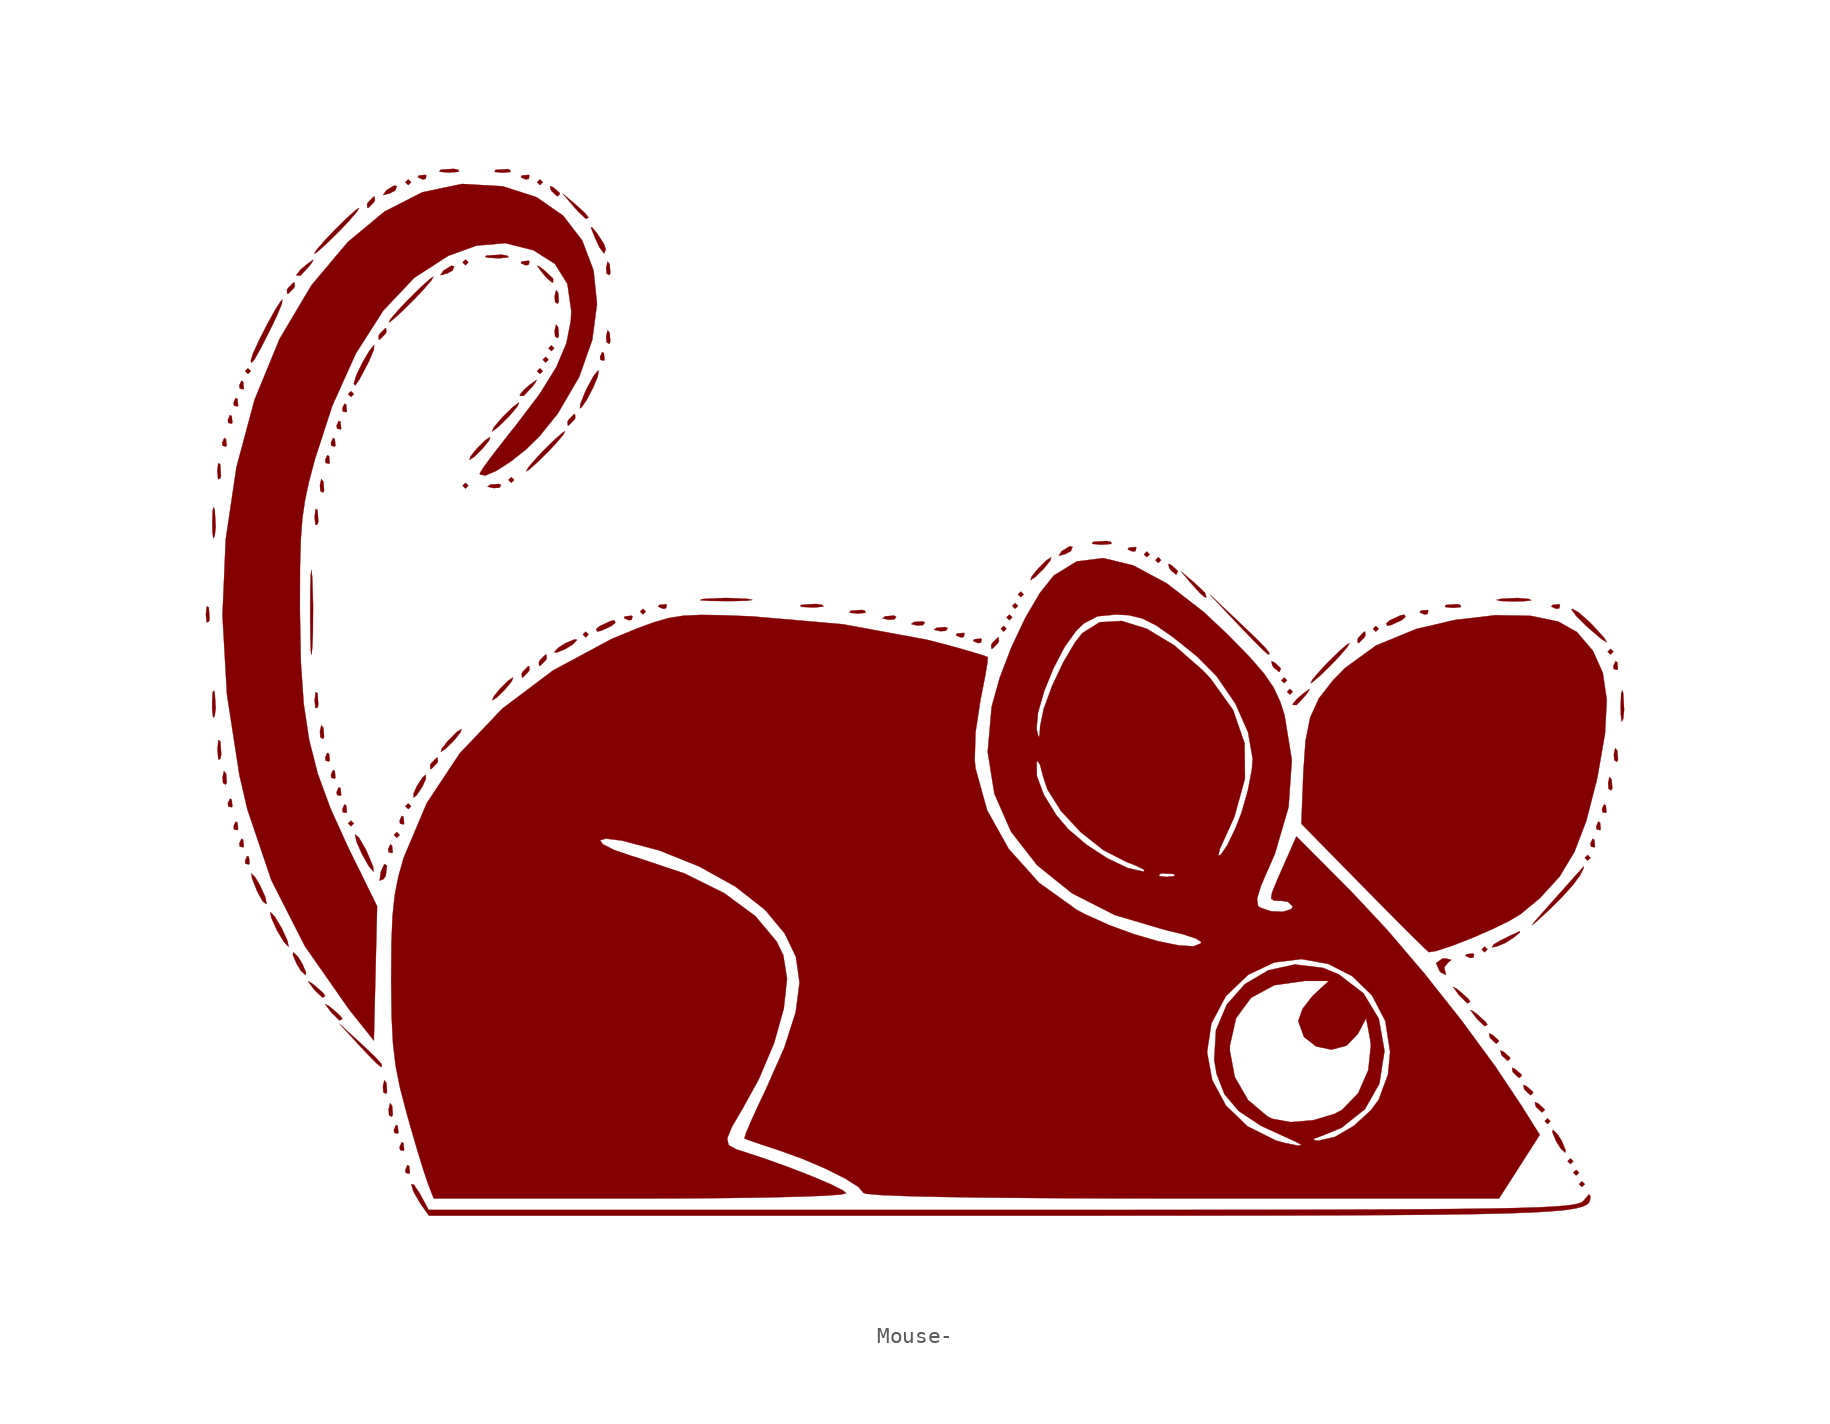
<source format=kicad_sym>
(kicad_symbol_lib
  (version 20220914)
  (generator kicad_symbol_editor)
  (symbol "Mouse-"
    (pin_names
      (offset 1.016))
    (property "Reference" "#G"
      (at 0 32.993 0)
      (effects (font (size 1.27 1.27)) hide))
    (symbol "Mouse-_0_0"
      (polyline (pts (xy -43.287 20.213) (xy -43.466 20.392) (xy -43.645 20.213) (xy -43.466 20.034) (xy -43.287 20.213)) (stroke (width 0.01) (type default)) (fill (type outline)))
      (polyline (pts (xy -36.848 -8.049) (xy -37.027 -7.87) (xy -37.206 -8.049) (xy -37.027 -8.228) (xy -36.848 -8.049)) (stroke (width 0.01) (type default)) (fill (type outline)))
      (polyline (pts (xy -36.848 18.782) (xy -37.027 18.96) (xy -37.206 18.782) (xy -37.027 18.603) (xy -36.848 18.782)) (stroke (width 0.01) (type default)) (fill (type outline)))
      (polyline (pts (xy -33.986 -8.765) (xy -34.165 -8.586) (xy -34.344 -8.765) (xy -34.165 -8.944) (xy -33.986 -8.765)) (stroke (width 0.01) (type default)) (fill (type outline)))
      (polyline (pts (xy -33.27 -6.976) (xy -33.449 -6.797) (xy -33.628 -6.976) (xy -33.449 -7.155) (xy -33.27 -6.976)) (stroke (width 0.01) (type default)) (fill (type outline)))
      (polyline (pts (xy -33.27 32.018) (xy -33.449 32.197) (xy -33.628 32.018) (xy -33.449 31.839) (xy -33.27 32.018)) (stroke (width 0.01) (type default)) (fill (type outline)))
      (polyline (pts (xy -29.693 13.058) (xy -29.872 13.237) (xy -30.051 13.058) (xy -29.872 12.879) (xy -29.693 13.058)) (stroke (width 0.01) (type default)) (fill (type outline)))
      (polyline (pts (xy -29.693 27.01) (xy -29.872 27.189) (xy -30.051 27.01) (xy -29.872 26.831) (xy -29.693 27.01)) (stroke (width 0.01) (type default)) (fill (type outline)))
      (polyline (pts (xy -26.831 13.415) (xy -27.01 13.594) (xy -27.189 13.415) (xy -27.01 13.237) (xy -26.831 13.415)) (stroke (width 0.01) (type default)) (fill (type outline)))
      (polyline (pts (xy -25.042 20.213) (xy -25.221 20.392) (xy -25.4 20.213) (xy -25.221 20.034) (xy -25.042 20.213)) (stroke (width 0.01) (type default)) (fill (type outline)))
      (polyline (pts (xy -25.042 32.018) (xy -25.221 32.197) (xy -25.4 32.018) (xy -25.221 31.839) (xy -25.042 32.018)) (stroke (width 0.01) (type default)) (fill (type outline)))
      (polyline (pts (xy -24.684 20.928) (xy -24.863 21.107) (xy -25.042 20.928) (xy -24.863 20.749) (xy -24.684 20.928)) (stroke (width 0.01) (type default)) (fill (type outline)))
      (polyline (pts (xy -24.327 21.644) (xy -24.506 21.823) (xy -24.684 21.644) (xy -24.506 21.465) (xy -24.327 21.644)) (stroke (width 0.01) (type default)) (fill (type outline)))
      (polyline (pts (xy -22.18 3.756) (xy -22.359 3.935) (xy -22.538 3.756) (xy -22.359 3.577) (xy -22.18 3.756)) (stroke (width 0.01) (type default)) (fill (type outline)))
      (polyline (pts (xy -18.603 5.187) (xy -18.782 5.366) (xy -18.96 5.187) (xy -18.782 5.008) (xy -18.603 5.187)) (stroke (width 0.01) (type default)) (fill (type outline)))
      (polyline (pts (xy 3.935 4.114) (xy 3.756 4.293) (xy 3.578 4.114) (xy 3.756 3.935) (xy 3.935 4.114)) (stroke (width 0.01) (type default)) (fill (type outline)))
      (polyline (pts (xy 4.293 4.83) (xy 4.114 5.008) (xy 3.935 4.83) (xy 4.114 4.651) (xy 4.293 4.83)) (stroke (width 0.01) (type default)) (fill (type outline)))
      (polyline (pts (xy 4.651 5.545) (xy 4.472 5.724) (xy 4.293 5.545) (xy 4.472 5.366) (xy 4.651 5.545)) (stroke (width 0.01) (type default)) (fill (type outline)))
      (polyline (pts (xy 5.008 6.261) (xy 4.83 6.439) (xy 4.651 6.261) (xy 4.83 6.082) (xy 5.008 6.261)) (stroke (width 0.01) (type default)) (fill (type outline)))
      (polyline (pts (xy 12.879 8.765) (xy 12.7 8.944) (xy 12.521 8.765) (xy 12.7 8.586) (xy 12.879 8.765)) (stroke (width 0.01) (type default)) (fill (type outline)))
      (polyline (pts (xy 13.594 8.407) (xy 13.415 8.586) (xy 13.237 8.407) (xy 13.415 8.228) (xy 13.594 8.407)) (stroke (width 0.01) (type default)) (fill (type outline)))
      (polyline (pts (xy 21.465 0.894) (xy 21.286 1.073) (xy 21.107 0.894) (xy 21.286 0.716) (xy 21.465 0.894)) (stroke (width 0.01) (type default)) (fill (type outline)))
      (polyline (pts (xy 21.823 0.179) (xy 21.644 0.358) (xy 21.465 0.179) (xy 21.644 0) (xy 21.823 0.179)) (stroke (width 0.01) (type default)) (fill (type outline)))
      (polyline (pts (xy 27.189 4.114) (xy 27.01 4.293) (xy 26.831 4.114) (xy 27.01 3.935) (xy 27.189 4.114)) (stroke (width 0.01) (type default)) (fill (type outline)))
      (polyline (pts (xy 33.986 -15.92) (xy 33.807 -15.741) (xy 33.628 -15.92) (xy 33.807 -16.099) (xy 33.986 -15.92)) (stroke (width 0.01) (type default)) (fill (type outline)))
      (polyline (pts (xy 37.921 -26.652) (xy 37.742 -26.473) (xy 37.563 -26.652) (xy 37.742 -26.831) (xy 37.921 -26.652)) (stroke (width 0.01) (type default)) (fill (type outline)))
      (polyline (pts (xy 39.352 -29.156) (xy 39.173 -28.977) (xy 38.994 -29.156) (xy 39.173 -29.335) (xy 39.352 -29.156)) (stroke (width 0.01) (type default)) (fill (type outline)))
      (polyline (pts (xy 39.71 -29.872) (xy 39.531 -29.693) (xy 39.352 -29.872) (xy 39.531 -30.051) (xy 39.71 -29.872)) (stroke (width 0.01) (type default)) (fill (type outline)))
      (polyline (pts (xy 40.068 -30.587) (xy 39.889 -30.409) (xy 39.71 -30.587) (xy 39.889 -30.766) (xy 40.068 -30.587)) (stroke (width 0.01) (type default)) (fill (type outline)))
      (polyline (pts (xy 40.425 -10.196) (xy 40.246 -10.017) (xy 40.068 -10.196) (xy 40.246 -10.375) (xy 40.425 -10.196)) (stroke (width 0.01) (type default)) (fill (type outline)))
      (polyline (pts (xy 41.856 2.683) (xy 41.678 2.862) (xy 41.499 2.683) (xy 41.678 2.504) (xy 41.856 2.683)) (stroke (width 0.01) (type default)) (fill (type outline)))
      (polyline (pts (xy -45.912 4.561) (xy -45.865 4.723) (xy -45.912 5.456) (xy -46.037 5.516) (xy -46.093 5.008) (xy -46.043 4.516) (xy -45.912 4.561)) (stroke (width 0.01) (type default)) (fill (type outline)))
      (polyline (pts (xy -45.197 13.505) (xy -45.15 13.667) (xy -45.197 14.399) (xy -45.321 14.46) (xy -45.377 13.952) (xy -45.327 13.46) (xy -45.197 13.505)) (stroke (width 0.01) (type default)) (fill (type outline)))
      (polyline (pts (xy -44.795 15.555) (xy -44.837 15.979) (xy -44.945 16.035) (xy -45.076 15.741) (xy -45.05 15.551) (xy -44.837 15.502) (xy -44.795 15.555)) (stroke (width 0.01) (type default)) (fill (type outline)))
      (polyline (pts (xy -44.789 -5.5) (xy -44.832 -4.941) (xy -44.96 -4.776) (xy -45.048 -5.157) (xy -45.023 -5.52) (xy -44.86 -5.627) (xy -44.789 -5.5)) (stroke (width 0.01) (type default)) (fill (type outline)))
      (polyline (pts (xy -44.437 -6.983) (xy -44.48 -6.559) (xy -44.587 -6.503) (xy -44.718 -6.797) (xy -44.693 -6.987) (xy -44.48 -7.036) (xy -44.437 -6.983)) (stroke (width 0.01) (type default)) (fill (type outline)))
      (polyline (pts (xy -44.437 16.986) (xy -44.48 17.41) (xy -44.587 17.466) (xy -44.718 17.172) (xy -44.693 16.982) (xy -44.48 16.933) (xy -44.437 16.986)) (stroke (width 0.01) (type default)) (fill (type outline)))
      (polyline (pts (xy -44.079 -8.414) (xy -44.122 -7.99) (xy -44.23 -7.934) (xy -44.361 -8.228) (xy -44.335 -8.418) (xy -44.122 -8.467) (xy -44.079 -8.414)) (stroke (width 0.01) (type default)) (fill (type outline)))
      (polyline (pts (xy -44.079 18.059) (xy -44.122 18.483) (xy -44.23 18.54) (xy -44.361 18.245) (xy -44.335 18.056) (xy -44.122 18.007) (xy -44.079 18.059)) (stroke (width 0.01) (type default)) (fill (type outline)))
      (polyline (pts (xy -43.721 -9.488) (xy -43.764 -9.063) (xy -43.872 -9.007) (xy -44.003 -9.301) (xy -43.977 -9.491) (xy -43.764 -9.54) (xy -43.721 -9.488)) (stroke (width 0.01) (type default)) (fill (type outline)))
      (polyline (pts (xy -43.721 19.132) (xy -43.764 19.557) (xy -43.872 19.613) (xy -44.003 19.318) (xy -43.977 19.129) (xy -43.764 19.08) (xy -43.721 19.132)) (stroke (width 0.01) (type default)) (fill (type outline)))
      (polyline (pts (xy -43.364 -10.561) (xy -43.407 -10.136) (xy -43.514 -10.08) (xy -43.645 -10.375) (xy -43.619 -10.564) (xy -43.407 -10.613) (xy -43.364 -10.561)) (stroke (width 0.01) (type default)) (fill (type outline)))
      (polyline (pts (xy -39.115 -0.805) (xy -39.068 -0.643) (xy -39.115 0.089) (xy -39.239 0.15) (xy -39.296 -0.358) (xy -39.246 -0.85) (xy -39.115 -0.805)) (stroke (width 0.01) (type default)) (fill (type outline)))
      (polyline (pts (xy -39.115 10.643) (xy -39.068 10.805) (xy -39.115 11.537) (xy -39.239 11.598) (xy -39.296 11.09) (xy -39.246 10.598) (xy -39.115 10.643)) (stroke (width 0.01) (type default)) (fill (type outline)))
      (polyline (pts (xy -38.707 -2.639) (xy -38.75 -2.079) (xy -38.879 -1.914) (xy -38.966 -2.296) (xy -38.941 -2.658) (xy -38.778 -2.765) (xy -38.707 -2.639)) (stroke (width 0.01) (type default)) (fill (type outline)))
      (polyline (pts (xy -38.707 12.745) (xy -38.75 13.304) (xy -38.879 13.469) (xy -38.966 13.088) (xy -38.941 12.725) (xy -38.778 12.618) (xy -38.707 12.745)) (stroke (width 0.01) (type default)) (fill (type outline)))
      (polyline (pts (xy -38.355 -4.121) (xy -38.398 -3.697) (xy -38.506 -3.641) (xy -38.637 -3.935) (xy -38.611 -4.125) (xy -38.398 -4.174) (xy -38.355 -4.121)) (stroke (width 0.01) (type default)) (fill (type outline)))
      (polyline (pts (xy -38.355 14.482) (xy -38.398 14.906) (xy -38.506 14.962) (xy -38.637 14.668) (xy -38.611 14.478) (xy -38.398 14.429) (xy -38.355 14.482)) (stroke (width 0.01) (type default)) (fill (type outline)))
      (polyline (pts (xy -37.998 -5.194) (xy -38.04 -4.77) (xy -38.148 -4.714) (xy -38.279 -5.008) (xy -38.253 -5.198) (xy -38.04 -5.247) (xy -37.998 -5.194)) (stroke (width 0.01) (type default)) (fill (type outline)))
      (polyline (pts (xy -37.998 15.555) (xy -38.04 15.979) (xy -38.148 16.035) (xy -38.279 15.741) (xy -38.253 15.551) (xy -38.04 15.502) (xy -37.998 15.555)) (stroke (width 0.01) (type default)) (fill (type outline)))
      (polyline (pts (xy -37.64 -6.268) (xy -37.683 -5.843) (xy -37.79 -5.787) (xy -37.921 -6.082) (xy -37.895 -6.271) (xy -37.683 -6.32) (xy -37.64 -6.268)) (stroke (width 0.01) (type default)) (fill (type outline)))
      (polyline (pts (xy -37.64 16.628) (xy -37.683 17.053) (xy -37.79 17.108) (xy -37.921 16.814) (xy -37.895 16.625) (xy -37.683 16.576) (xy -37.64 16.628)) (stroke (width 0.01) (type default)) (fill (type outline)))
      (polyline (pts (xy -37.282 -7.341) (xy -37.325 -6.917) (xy -37.432 -6.861) (xy -37.563 -7.155) (xy -37.538 -7.344) (xy -37.325 -7.393) (xy -37.282 -7.341)) (stroke (width 0.01) (type default)) (fill (type outline)))
      (polyline (pts (xy -37.282 17.701) (xy -37.325 18.126) (xy -37.432 18.182) (xy -37.563 17.887) (xy -37.538 17.698) (xy -37.325 17.649) (xy -37.282 17.701)) (stroke (width 0.01) (type default)) (fill (type outline)))
      (polyline (pts (xy -34.772 -24.819) (xy -34.815 -24.26) (xy -34.944 -24.094) (xy -35.031 -24.476) (xy -35.006 -24.839) (xy -34.843 -24.945) (xy -34.772 -24.819)) (stroke (width 0.01) (type default)) (fill (type outline)))
      (polyline (pts (xy -34.42 -9.845) (xy -34.463 -9.421) (xy -34.571 -9.365) (xy -34.701 -9.659) (xy -34.676 -9.849) (xy -34.463 -9.898) (xy -34.42 -9.845)) (stroke (width 0.01) (type default)) (fill (type outline)))
      (polyline (pts (xy -34.414 -26.25) (xy -34.457 -25.691) (xy -34.586 -25.525) (xy -34.673 -25.907) (xy -34.648 -26.27) (xy -34.485 -26.376) (xy -34.414 -26.25)) (stroke (width 0.01) (type default)) (fill (type outline)))
      (polyline (pts (xy -34.062 -27.375) (xy -34.105 -26.95) (xy -34.213 -26.894) (xy -34.344 -27.189) (xy -34.318 -27.378) (xy -34.105 -27.427) (xy -34.062 -27.375)) (stroke (width 0.01) (type default)) (fill (type outline)))
      (polyline (pts (xy -33.705 -28.448) (xy -33.747 -28.023) (xy -33.855 -27.968) (xy -33.986 -28.262) (xy -33.96 -28.451) (xy -33.747 -28.5) (xy -33.705 -28.448)) (stroke (width 0.01) (type default)) (fill (type outline)))
      (polyline (pts (xy -33.705 -8.056) (xy -33.747 -7.632) (xy -33.855 -7.576) (xy -33.986 -7.87) (xy -33.96 -8.06) (xy -33.747 -8.109) (xy -33.705 -8.056)) (stroke (width 0.01) (type default)) (fill (type outline)))
      (polyline (pts (xy -33.347 -29.879) (xy -33.39 -29.454) (xy -33.497 -29.398) (xy -33.628 -29.693) (xy -33.602 -29.882) (xy -33.39 -29.931) (xy -33.347 -29.879)) (stroke (width 0.01) (type default)) (fill (type outline)))
      (polyline (pts (xy -32.365 32.223) (xy -32.316 32.436) (xy -32.369 32.478) (xy -32.793 32.436) (xy -32.849 32.328) (xy -32.555 32.197) (xy -32.365 32.223)) (stroke (width 0.01) (type default)) (fill (type outline)))
      (polyline (pts (xy -27.75 12.932) (xy -27.643 13.095) (xy -27.77 13.166) (xy -28.329 13.123) (xy -28.495 12.995) (xy -28.113 12.907) (xy -27.75 12.932)) (stroke (width 0.01) (type default)) (fill (type outline)))
      (polyline (pts (xy -27.054 32.661) (xy -27.099 32.792) (xy -27.261 32.839) (xy -27.994 32.792) (xy -28.054 32.668) (xy -27.546 32.611) (xy -27.054 32.661)) (stroke (width 0.01) (type default)) (fill (type outline)))
      (polyline (pts (xy -25.926 26.857) (xy -25.877 27.07) (xy -25.929 27.112) (xy -26.354 27.07) (xy -26.41 26.962) (xy -26.116 26.831) (xy -25.926 26.857)) (stroke (width 0.01) (type default)) (fill (type outline)))
      (polyline (pts (xy -25.926 32.223) (xy -25.877 32.436) (xy -25.929 32.478) (xy -26.354 32.436) (xy -26.41 32.328) (xy -26.116 32.197) (xy -25.926 32.223)) (stroke (width 0.01) (type default)) (fill (type outline)))
      (polyline (pts (xy -24.04 22.404) (xy -24.082 22.963) (xy -24.211 23.128) (xy -24.299 22.747) (xy -24.273 22.384) (xy -24.111 22.277) (xy -24.04 22.404)) (stroke (width 0.01) (type default)) (fill (type outline)))
      (polyline (pts (xy -24.04 24.55) (xy -24.082 25.109) (xy -24.211 25.275) (xy -24.299 24.893) (xy -24.273 24.53) (xy -24.111 24.424) (xy -24.04 24.55)) (stroke (width 0.01) (type default)) (fill (type outline)))
      (polyline (pts (xy -21.183 20.921) (xy -21.226 21.346) (xy -21.334 21.401) (xy -21.465 21.107) (xy -21.439 20.918) (xy -21.226 20.869) (xy -21.183 20.921)) (stroke (width 0.01) (type default)) (fill (type outline)))
      (polyline (pts (xy -20.82 22.046) (xy -20.863 22.605) (xy -20.991 22.771) (xy -21.079 22.389) (xy -21.053 22.026) (xy -20.891 21.919) (xy -20.82 22.046)) (stroke (width 0.01) (type default)) (fill (type outline)))
      (polyline (pts (xy -20.82 26.339) (xy -20.863 26.898) (xy -20.991 27.064) (xy -21.079 26.682) (xy -21.053 26.319) (xy -20.891 26.212) (xy -20.82 26.339)) (stroke (width 0.01) (type default)) (fill (type outline)))
      (polyline (pts (xy -19.487 4.676) (xy -19.438 4.889) (xy -19.49 4.932) (xy -19.915 4.889) (xy -19.971 4.782) (xy -19.676 4.651) (xy -19.487 4.676)) (stroke (width 0.01) (type default)) (fill (type outline)))
      (polyline (pts (xy -17.34 5.392) (xy -17.291 5.605) (xy -17.343 5.647) (xy -17.768 5.605) (xy -17.824 5.497) (xy -17.529 5.366) (xy -17.34 5.392)) (stroke (width 0.01) (type default)) (fill (type outline)))
      (polyline (pts (xy -4.874 5.115) (xy -4.919 5.245) (xy -5.081 5.293) (xy -5.813 5.245) (xy -5.874 5.121) (xy -5.366 5.065) (xy -4.874 5.115)) (stroke (width 0.01) (type default)) (fill (type outline)))
      (polyline (pts (xy -3.066 4.704) (xy -2.959 4.867) (xy -3.085 4.938) (xy -3.644 4.895) (xy -3.81 4.766) (xy -3.428 4.679) (xy -3.066 4.704)) (stroke (width 0.01) (type default)) (fill (type outline)))
      (polyline (pts (xy -1.277 4.346) (xy -1.17 4.509) (xy -1.297 4.58) (xy -1.856 4.537) (xy -2.021 4.409) (xy -1.64 4.321) (xy -1.277 4.346)) (stroke (width 0.01) (type default)) (fill (type outline)))
      (polyline (pts (xy 0.154 3.989) (xy 0.261 4.151) (xy 0.134 4.222) (xy -0.425 4.18) (xy -0.59 4.051) (xy -0.209 3.963) (xy 0.154 3.989)) (stroke (width 0.01) (type default)) (fill (type outline)))
      (polyline (pts (xy 1.263 3.603) (xy 1.312 3.816) (xy 1.259 3.859) (xy 0.835 3.816) (xy 0.779 3.708) (xy 1.073 3.577) (xy 1.263 3.603)) (stroke (width 0.01) (type default)) (fill (type outline)))
      (polyline (pts (xy 2.336 3.245) (xy 2.385 3.458) (xy 2.333 3.501) (xy 1.908 3.458) (xy 1.852 3.351) (xy 2.147 3.22) (xy 2.336 3.245)) (stroke (width 0.01) (type default)) (fill (type outline)))
      (polyline (pts (xy 11.995 8.97) (xy 12.044 9.182) (xy 11.992 9.225) (xy 11.567 9.182) (xy 11.511 9.075) (xy 11.806 8.944) (xy 11.995 8.97)) (stroke (width 0.01) (type default)) (fill (type outline)))
      (polyline (pts (xy 30.24 5.034) (xy 30.289 5.247) (xy 30.237 5.29) (xy 29.812 5.247) (xy 29.756 5.139) (xy 30.051 5.008) (xy 30.24 5.034)) (stroke (width 0.01) (type default)) (fill (type outline)))
      (polyline (pts (xy 32.332 5.473) (xy 32.287 5.603) (xy 32.125 5.65) (xy 31.392 5.603) (xy 31.332 5.479) (xy 31.84 5.423) (xy 32.332 5.473)) (stroke (width 0.01) (type default)) (fill (type outline)))
      (polyline (pts (xy 33.102 -16.43) (xy 33.151 -16.218) (xy 33.099 -16.175) (xy 32.674 -16.218) (xy 32.618 -16.326) (xy 32.913 -16.456) (xy 33.102 -16.43)) (stroke (width 0.01) (type default)) (fill (type outline)))
      (polyline (pts (xy 38.468 5.392) (xy 38.517 5.605) (xy 38.465 5.647) (xy 38.04 5.605) (xy 37.984 5.497) (xy 38.279 5.366) (xy 38.468 5.392)) (stroke (width 0.01) (type default)) (fill (type outline)))
      (polyline (pts (xy 40.707 -9.488) (xy 40.664 -9.063) (xy 40.556 -9.007) (xy 40.425 -9.301) (xy 40.451 -9.491) (xy 40.664 -9.54) (xy 40.707 -9.488)) (stroke (width 0.01) (type default)) (fill (type outline)))
      (polyline (pts (xy 41.064 -8.414) (xy 41.022 -7.99) (xy 40.914 -7.934) (xy 40.783 -8.228) (xy 40.809 -8.418) (xy 41.022 -8.467) (xy 41.064 -8.414)) (stroke (width 0.01) (type default)) (fill (type outline)))
      (polyline (pts (xy 41.422 -7.341) (xy 41.379 -6.917) (xy 41.272 -6.861) (xy 41.141 -7.155) (xy 41.167 -7.344) (xy 41.379 -7.393) (xy 41.422 -7.341)) (stroke (width 0.01) (type default)) (fill (type outline)))
      (polyline (pts (xy 41.786 -5.858) (xy 41.743 -5.299) (xy 41.614 -5.133) (xy 41.527 -5.515) (xy 41.552 -5.878) (xy 41.715 -5.985) (xy 41.786 -5.858)) (stroke (width 0.01) (type default)) (fill (type outline)))
      (polyline (pts (xy 42.138 1.603) (xy 42.095 2.027) (xy 41.987 2.083) (xy 41.856 1.789) (xy 41.882 1.599) (xy 42.095 1.55) (xy 42.138 1.603)) (stroke (width 0.01) (type default)) (fill (type outline)))
      (polyline (pts (xy 42.143 -4.069) (xy 42.101 -3.51) (xy 41.972 -3.345) (xy 41.885 -3.727) (xy 41.91 -4.089) (xy 42.072 -4.196) (xy 42.143 -4.069)) (stroke (width 0.01) (type default)) (fill (type outline)))
      (polyline (pts (xy -34.999 -11.531) (xy -34.856 -11.332) (xy -34.777 -10.684) (xy -34.943 -10.582) (xy -35.155 -11.062) (xy -35.165 -11.099) (xy -35.233 -11.624) (xy -34.999 -11.531)) (stroke (width 0.01) (type default)) (fill (type outline)))
      (polyline (pts (xy -34.596 31.326) (xy -34.263 31.504) (xy -34.155 31.77) (xy -34.328 31.809) (xy -34.797 31.526) (xy -34.843 31.479) (xy -35.014 31.217) (xy -34.596 31.326)) (stroke (width 0.01) (type default)) (fill (type outline)))
      (polyline (pts (xy -31.019 26.317) (xy -30.685 26.496) (xy -30.578 26.762) (xy -30.75 26.8) (xy -31.219 26.518) (xy -31.265 26.471) (xy -31.437 26.208) (xy -31.019 26.317)) (stroke (width 0.01) (type default)) (fill (type outline)))
      (polyline (pts (xy -23.969 31.282) (xy -24.001 31.362) (xy -24.382 31.695) (xy -24.582 31.782) (xy -24.54 31.537) (xy -24.492 31.464) (xy -24.139 31.135) (xy -23.969 31.282)) (stroke (width 0.01) (type default)) (fill (type outline)))
      (polyline (pts (xy -22.18 29.816) (xy -22.412 30.099) (xy -22.985 30.621) (xy -23.79 31.303) (xy -23.109 30.498) (xy -22.856 30.207) (xy -22.344 29.726) (xy -22.18 29.816)) (stroke (width 0.01) (type default)) (fill (type outline)))
      (polyline (pts (xy 7.618 8.788) (xy 7.951 8.966) (xy 8.059 9.232) (xy 7.886 9.271) (xy 7.417 8.988) (xy 7.371 8.941) (xy 7.2 8.679) (xy 7.618 8.788)) (stroke (width 0.01) (type default)) (fill (type outline)))
      (polyline (pts (xy 14.56 7.516) (xy 14.639 7.723) (xy 14.255 8.083) (xy 14.055 8.171) (xy 14.097 7.926) (xy 14.207 7.767) (xy 14.51 7.513) (xy 14.56 7.516)) (stroke (width 0.01) (type default)) (fill (type outline)))
      (polyline (pts (xy 16.425 6.099) (xy 16.327 6.376) (xy 15.651 7.01) (xy 14.847 7.691) (xy 15.528 6.887) (xy 16.041 6.323) (xy 16.333 6.082) (xy 16.425 6.099)) (stroke (width 0.01) (type default)) (fill (type outline)))
      (polyline (pts (xy 20.999 1.434) (xy 21.078 1.641) (xy 20.694 2.002) (xy 20.494 2.089) (xy 20.536 1.844) (xy 20.647 1.685) (xy 20.949 1.431) (xy 20.999 1.434)) (stroke (width 0.01) (type default)) (fill (type outline)))
      (polyline (pts (xy 34.701 -21.665) (xy 34.669 -21.584) (xy 34.288 -21.252) (xy 34.089 -21.165) (xy 34.131 -21.41) (xy 34.178 -21.482) (xy 34.532 -21.812) (xy 34.701 -21.665)) (stroke (width 0.01) (type default)) (fill (type outline)))
      (polyline (pts (xy 35.417 -22.738) (xy 35.385 -22.658) (xy 35.004 -22.325) (xy 34.804 -22.238) (xy 34.846 -22.483) (xy 34.894 -22.556) (xy 35.247 -22.885) (xy 35.417 -22.738)) (stroke (width 0.01) (type default)) (fill (type outline)))
      (polyline (pts (xy 36.132 -23.811) (xy 36.1 -23.731) (xy 35.719 -23.398) (xy 35.52 -23.311) (xy 35.562 -23.556) (xy 35.609 -23.629) (xy 35.963 -23.958) (xy 36.132 -23.811)) (stroke (width 0.01) (type default)) (fill (type outline)))
      (polyline (pts (xy 36.848 -24.884) (xy 36.816 -24.804) (xy 36.435 -24.471) (xy 36.235 -24.384) (xy 36.277 -24.629) (xy 36.325 -24.702) (xy 36.678 -25.032) (xy 36.848 -24.884)) (stroke (width 0.01) (type default)) (fill (type outline)))
      (polyline (pts (xy 37.563 -25.958) (xy 37.531 -25.877) (xy 37.15 -25.545) (xy 36.95 -25.458) (xy 36.993 -25.703) (xy 37.04 -25.775) (xy 37.394 -26.105) (xy 37.563 -25.958)) (stroke (width 0.01) (type default)) (fill (type outline)))
      (polyline (pts (xy -45.546 -1.346) (xy -45.481 -0.847) (xy -45.538 0.085) (xy -45.585 0.261) (xy -45.666 0.156) (xy -45.701 -0.537) (xy -45.697 -0.916) (xy -45.642 -1.429) (xy -45.546 -1.346)) (stroke (width 0.01) (type default)) (fill (type outline)))
      (polyline (pts (xy -45.539 9.927) (xy -45.48 10.495) (xy -45.539 11.537) (xy -45.595 11.719) (xy -45.666 11.506) (xy -45.694 10.732) (xy -45.684 10.207) (xy -45.627 9.758) (xy -45.539 9.927)) (stroke (width 0.01) (type default)) (fill (type outline)))
      (polyline (pts (xy -45.199 -4.032) (xy -45.133 -3.737) (xy -45.186 -2.958) (xy -45.204 -2.897) (xy -45.312 -2.844) (xy -45.364 -3.399) (xy -45.364 -3.483) (xy -45.317 -4.043) (xy -45.199 -4.032)) (stroke (width 0.01) (type default)) (fill (type outline)))
      (polyline (pts (xy -40.941 25.058) (xy -40.604 25.4) (xy -40.538 25.527) (xy -40.562 25.758) (xy -40.625 25.742) (xy -40.962 25.4) (xy -41.029 25.273) (xy -41.004 25.042) (xy -40.941 25.058)) (stroke (width 0.01) (type default)) (fill (type outline)))
      (polyline (pts (xy -39.837 -17.367) (xy -40.068 -16.814) (xy -40.342 -16.373) (xy -40.629 -16.099) (xy -40.656 -16.261) (xy -40.425 -16.814) (xy -40.151 -17.255) (xy -39.864 -17.53) (xy -39.837 -17.367)) (stroke (width 0.01) (type default)) (fill (type outline)))
      (polyline (pts (xy -39.664 26.741) (xy -39.464 27.001) (xy -39.376 27.186) (xy -39.799 26.877) (xy -40.181 26.549) (xy -40.425 26.25) (xy -40.419 26.188) (xy -40.186 26.185) (xy -39.664 26.741)) (stroke (width 0.01) (type default)) (fill (type outline)))
      (polyline (pts (xy -38.637 -18.826) (xy -38.767 -18.641) (xy -39.263 -18.2) (xy -39.522 -18) (xy -39.707 -17.911) (xy -39.398 -18.334) (xy -39.286 -18.473) (xy -38.811 -18.933) (xy -38.637 -18.826)) (stroke (width 0.01) (type default)) (fill (type outline)))
      (polyline (pts (xy -37.563 -20.256) (xy -37.694 -20.072) (xy -38.189 -19.63) (xy -38.449 -19.431) (xy -38.634 -19.342) (xy -38.325 -19.765) (xy -38.213 -19.904) (xy -37.737 -20.364) (xy -37.563 -20.256)) (stroke (width 0.01) (type default)) (fill (type outline)))
      (polyline (pts (xy -35.933 30.424) (xy -35.596 30.766) (xy -35.529 30.893) (xy -35.553 31.124) (xy -35.616 31.108) (xy -35.953 30.766) (xy -36.02 30.64) (xy -35.996 30.408) (xy -35.933 30.424)) (stroke (width 0.01) (type default)) (fill (type outline)))
      (polyline (pts (xy -35.217 22.196) (xy -34.88 22.538) (xy -34.814 22.665) (xy -34.838 22.896) (xy -34.901 22.88) (xy -35.238 22.538) (xy -35.305 22.411) (xy -35.28 22.18) (xy -35.217 22.196)) (stroke (width 0.01) (type default)) (fill (type outline)))
      (polyline (pts (xy -32.924 -6.286) (xy -32.555 -5.724) (xy -32.353 -5.271) (xy -32.351 -5.008) (xy -32.543 -5.162) (xy -32.913 -5.724) (xy -33.114 -6.176) (xy -33.117 -6.439) (xy -32.924 -6.286)) (stroke (width 0.01) (type default)) (fill (type outline)))
      (polyline (pts (xy -31.998 -4.635) (xy -31.66 -4.293) (xy -31.594 -4.166) (xy -31.618 -3.935) (xy -31.681 -3.951) (xy -32.018 -4.293) (xy -32.085 -4.42) (xy -32.06 -4.651) (xy -31.998 -4.635)) (stroke (width 0.01) (type default)) (fill (type outline)))
      (polyline (pts (xy -31.125 -3.391) (xy -30.587 -2.862) (xy -30.191 -2.37) (xy -30.119 -2.147) (xy -30.407 -2.333) (xy -30.945 -2.862) (xy -31.341 -3.354) (xy -31.414 -3.578) (xy -31.125 -3.391)) (stroke (width 0.01) (type default)) (fill (type outline)))
      (polyline (pts (xy -30.3 32.672) (xy -30.312 32.79) (xy -30.606 32.855) (xy -31.385 32.803) (xy -31.447 32.785) (xy -31.5 32.676) (xy -30.945 32.625) (xy -30.86 32.624) (xy -30.3 32.672)) (stroke (width 0.01) (type default)) (fill (type outline)))
      (polyline (pts (xy -29.336 14.854) (xy -28.799 15.383) (xy -28.403 15.875) (xy -28.33 16.099) (xy -28.619 15.912) (xy -29.156 15.383) (xy -29.552 14.891) (xy -29.625 14.668) (xy -29.336 14.854)) (stroke (width 0.01) (type default)) (fill (type outline)))
      (polyline (pts (xy -27.905 -0.171) (xy -27.368 0.358) (xy -26.972 0.85) (xy -26.899 1.073) (xy -27.188 0.887) (xy -27.725 0.358) (xy -28.121 -0.134) (xy -28.194 -0.358) (xy -27.905 -0.171)) (stroke (width 0.01) (type default)) (fill (type outline)))
      (polyline (pts (xy -27.662 27.275) (xy -27.167 27.332) (xy -27.278 27.435) (xy -27.623 27.491) (xy -28.53 27.435) (xy -28.632 27.402) (xy -28.555 27.309) (xy -27.904 27.272) (xy -27.662 27.275)) (stroke (width 0.01) (type default)) (fill (type outline)))
      (polyline (pts (xy -26.274 1.089) (xy -25.937 1.431) (xy -25.87 1.558) (xy -25.894 1.789) (xy -25.957 1.773) (xy -26.294 1.431) (xy -26.361 1.304) (xy -26.337 1.073) (xy -26.274 1.089)) (stroke (width 0.01) (type default)) (fill (type outline)))
      (polyline (pts (xy -25.712 19.229) (xy -25.512 19.488) (xy -25.423 19.673) (xy -25.847 19.364) (xy -26.229 19.037) (xy -26.473 18.738) (xy -26.467 18.675) (xy -26.234 18.673) (xy -25.712 19.229)) (stroke (width 0.01) (type default)) (fill (type outline)))
      (polyline (pts (xy -25.2 1.805) (xy -24.863 2.147) (xy -24.797 2.273) (xy -24.821 2.504) (xy -24.884 2.488) (xy -25.221 2.147) (xy -25.288 2.02) (xy -25.263 1.789) (xy -25.2 1.805)) (stroke (width 0.01) (type default)) (fill (type outline)))
      (polyline (pts (xy -24.399 25.764) (xy -24.397 25.997) (xy -24.953 26.519) (xy -25.212 26.719) (xy -25.397 26.808) (xy -25.088 26.384) (xy -24.76 26.002) (xy -24.462 25.758) (xy -24.399 25.764)) (stroke (width 0.01) (type default)) (fill (type outline)))
      (polyline (pts (xy -23.611 2.862) (xy -23.17 3.136) (xy -22.896 3.424) (xy -23.058 3.45) (xy -23.611 3.22) (xy -24.052 2.945) (xy -24.327 2.658) (xy -24.164 2.632) (xy -23.611 2.862)) (stroke (width 0.01) (type default)) (fill (type outline)))
      (polyline (pts (xy -23.412 16.83) (xy -23.075 17.172) (xy -23.008 17.299) (xy -23.032 17.53) (xy -23.095 17.514) (xy -23.432 17.172) (xy -23.499 17.045) (xy -23.475 16.814) (xy -23.412 16.83)) (stroke (width 0.01) (type default)) (fill (type outline)))
      (polyline (pts (xy -21.401 3.99) (xy -20.749 4.293) (xy -20.506 4.492) (xy -20.57 4.64) (xy -20.813 4.596) (xy -21.465 4.293) (xy -21.708 4.094) (xy -21.644 3.946) (xy -21.401 3.99)) (stroke (width 0.01) (type default)) (fill (type outline)))
      (polyline (pts (xy -21.107 27.836) (xy -21.23 28.177) (xy -21.649 28.82) (xy -21.972 29.214) (xy -22.03 29.17) (xy -21.771 28.53) (xy -21.496 27.942) (xy -21.208 27.558) (xy -21.107 27.836)) (stroke (width 0.01) (type default)) (fill (type outline)))
      (polyline (pts (xy -7.985 5.453) (xy -7.491 5.509) (xy -7.602 5.613) (xy -7.947 5.668) (xy -8.854 5.613) (xy -8.956 5.579) (xy -8.879 5.487) (xy -8.228 5.449) (xy -7.985 5.453)) (stroke (width 0.01) (type default)) (fill (type outline)))
      (polyline (pts (xy 3.062 2.878) (xy 3.399 3.22) (xy 3.465 3.346) (xy 3.441 3.577) (xy 3.378 3.561) (xy 3.041 3.22) (xy 2.974 3.093) (xy 2.999 2.862) (xy 3.062 2.878)) (stroke (width 0.01) (type default)) (fill (type outline)))
      (polyline (pts (xy 5.723 7.341) (xy 6.261 7.87) (xy 6.657 8.363) (xy 6.729 8.586) (xy 6.44 8.399) (xy 5.903 7.87) (xy 5.507 7.378) (xy 5.434 7.155) (xy 5.723 7.341)) (stroke (width 0.01) (type default)) (fill (type outline)))
      (polyline (pts (xy 10.483 9.419) (xy 10.471 9.536) (xy 10.177 9.602) (xy 9.398 9.549) (xy 9.336 9.532) (xy 9.283 9.423) (xy 9.838 9.371) (xy 9.923 9.371) (xy 10.483 9.419)) (stroke (width 0.01) (type default)) (fill (type outline)))
      (polyline (pts (xy 22.584 -0.089) (xy 22.784 0.17) (xy 22.872 0.355) (xy 22.449 0.046) (xy 22.067 -0.282) (xy 21.823 -0.58) (xy 21.828 -0.643) (xy 22.061 -0.646) (xy 22.584 -0.089)) (stroke (width 0.01) (type default)) (fill (type outline)))
      (polyline (pts (xy 25.957 3.236) (xy 26.294 3.577) (xy 26.361 3.704) (xy 26.337 3.935) (xy 26.274 3.919) (xy 25.937 3.577) (xy 25.87 3.451) (xy 25.894 3.22) (xy 25.957 3.236)) (stroke (width 0.01) (type default)) (fill (type outline)))
      (polyline (pts (xy 27.968 4.348) (xy 28.62 4.651) (xy 28.863 4.85) (xy 28.799 4.997) (xy 28.556 4.953) (xy 27.904 4.651) (xy 27.661 4.452) (xy 27.725 4.304) (xy 27.968 4.348)) (stroke (width 0.01) (type default)) (fill (type outline)))
      (polyline (pts (xy 32.913 -19.183) (xy 32.782 -18.998) (xy 32.287 -18.557) (xy 32.027 -18.357) (xy 31.842 -18.268) (xy 32.152 -18.692) (xy 32.263 -18.831) (xy 32.739 -19.29) (xy 32.913 -19.183)) (stroke (width 0.01) (type default)) (fill (type outline)))
      (polyline (pts (xy 33.986 -20.614) (xy 33.855 -20.43) (xy 33.36 -19.988) (xy 33.101 -19.788) (xy 32.915 -19.7) (xy 33.225 -20.123) (xy 33.336 -20.262) (xy 33.812 -20.721) (xy 33.986 -20.614)) (stroke (width 0.01) (type default)) (fill (type outline)))
      (polyline (pts (xy 36.26 5.838) (xy 36.728 5.892) (xy 36.584 5.976) (xy 35.854 6.04) (xy 34.796 5.981) (xy 34.547 5.917) (xy 34.784 5.853) (xy 35.596 5.826) (xy 36.26 5.838)) (stroke (width 0.01) (type default)) (fill (type outline)))
      (polyline (pts (xy 38.867 -28.457) (xy 38.637 -27.904) (xy 38.362 -27.463) (xy 38.075 -27.189) (xy 38.049 -27.351) (xy 38.279 -27.904) (xy 38.553 -28.346) (xy 38.841 -28.62) (xy 38.867 -28.457)) (stroke (width 0.01) (type default)) (fill (type outline)))
      (polyline (pts (xy 42.467 -1.52) (xy 42.526 -0.953) (xy 42.467 0.089) (xy 42.411 0.271) (xy 42.34 0.058) (xy 42.312 -0.716) (xy 42.322 -1.24) (xy 42.378 -1.69) (xy 42.467 -1.52)) (stroke (width 0.01) (type default)) (fill (type outline)))
      (polyline (pts (xy -42.299 -13.08) (xy -42.372 -12.664) (xy -42.708 -11.927) (xy -42.996 -11.436) (xy -43.242 -11.169) (xy -43.208 -11.484) (xy -42.871 -12.327) (xy -42.54 -12.92) (xy -42.307 -13.091) (xy -42.299 -13.08)) (stroke (width 0.01) (type default)) (fill (type outline)))
      (polyline (pts (xy -35.106 -23.245) (xy -35.121 -23.079) (xy -35.527 -22.628) (xy -36.401 -21.803) (xy -37.742 -20.57) (xy -36.509 -21.912) (xy -36.052 -22.402) (xy -35.45 -23.014) (xy -35.168 -23.253) (xy -35.106 -23.245)) (stroke (width 0.01) (type default)) (fill (type outline)))
      (polyline (pts (xy 34.584 -15.734) (xy 35.105 -15.508) (xy 35.617 -15.184) (xy 36.009 -14.861) (xy 36.011 -14.785) (xy 35.417 -15.054) (xy 34.775 -15.376) (xy 34.373 -15.61) (xy 34.274 -15.787) (xy 34.584 -15.734)) (stroke (width 0.01) (type default)) (fill (type outline)))
      (polyline (pts (xy -35.641 -10.758) (xy -36.023 -9.842) (xy -36.15 -9.587) (xy -36.535 -8.93) (xy -36.76 -8.736) (xy -36.772 -8.761) (xy -36.673 -9.211) (xy -36.328 -9.984) (xy -35.902 -10.735) (xy -35.617 -11.064) (xy -35.641 -10.758)) (stroke (width 0.01) (type default)) (fill (type outline)))
      (polyline (pts (xy -13.157 5.846) (xy -12.264 5.872) (xy -11.938 5.92) (xy -12.253 5.984) (xy -13.593 6.042) (xy -14.936 5.984) (xy -15.125 5.961) (xy -15.204 5.901) (xy -14.669 5.86) (xy -13.594 5.844) (xy -13.157 5.846)) (stroke (width 0.01) (type default)) (fill (type outline)))
      (polyline (pts (xy 31.322 -17.202) (xy 31.279 -17.046) (xy 31.569 -16.694) (xy 31.733 -16.576) (xy 31.392 -16.485) (xy 31.169 -16.494) (xy 30.776 -16.775) (xy 31.005 -17.291) (xy 31.07 -17.353) (xy 31.393 -17.515) (xy 31.322 -17.202)) (stroke (width 0.01) (type default)) (fill (type outline)))
      (polyline (pts (xy -22.618 17.955) (xy -22.281 18.447) (xy -21.897 19.182) (xy -21.608 19.874) (xy -21.553 20.241) (xy -21.595 20.244) (xy -21.881 19.892) (xy -22.289 19.135) (xy -22.409 18.876) (xy -22.689 18.171) (xy -22.72 17.887) (xy -22.618 17.955)) (stroke (width 0.01) (type default)) (fill (type outline)))
      (polyline (pts (xy 20.299 2.504) (xy 20.367 2.588) (xy 20.145 2.887) (xy 19.554 3.49) (xy 18.513 4.485) (xy 16.635 6.261) (xy 18.41 4.382) (xy 18.517 4.27) (xy 19.378 3.376) (xy 20.012 2.744) (xy 20.289 2.504) (xy 20.299 2.504)) (stroke (width 0.01) (type default)) (fill (type outline)))
      (polyline (pts (xy 41.282 3.545) (xy 40.604 4.293) (xy 40.362 4.538) (xy 39.692 5.129) (xy 39.28 5.366) (xy 39.245 5.315) (xy 39.516 4.934) (xy 40.151 4.303) (xy 40.344 4.129) (xy 41.127 3.464) (xy 41.448 3.269) (xy 41.282 3.545)) (stroke (width 0.01) (type default)) (fill (type outline)))
      (polyline (pts (xy -40.927 -15.734) (xy -40.995 -15.383) (xy -41.32 -14.668) (xy -41.371 -14.569) (xy -41.786 -13.877) (xy -42.054 -13.594) (xy -42.07 -13.601) (xy -42.002 -13.952) (xy -41.677 -14.668) (xy -41.626 -14.766) (xy -41.211 -15.458) (xy -40.944 -15.741) (xy -40.927 -15.734)) (stroke (width 0.01) (type default)) (fill (type outline)))
      (polyline (pts (xy -39.12 27.675) (xy -38.536 28.194) (xy -37.742 28.977) (xy -37.163 29.588) (xy -36.65 30.18) (xy -36.524 30.408) (xy -36.723 30.28) (xy -37.306 29.761) (xy -38.1 28.977) (xy -38.679 28.367) (xy -39.192 27.775) (xy -39.318 27.547) (xy -39.12 27.675)) (stroke (width 0.01) (type default)) (fill (type outline)))
      (polyline (pts (xy -36.497 19.703) (xy -35.99 20.66) (xy -35.892 20.857) (xy -35.603 21.545) (xy -35.577 21.823) (xy -35.624 21.802) (xy -35.935 21.396) (xy -36.342 20.684) (xy -36.697 19.944) (xy -36.848 19.455) (xy -36.847 19.426) (xy -36.764 19.318) (xy -36.497 19.703)) (stroke (width 0.01) (type default)) (fill (type outline)))
      (polyline (pts (xy -34.469 23.382) (xy -33.886 23.901) (xy -33.092 24.684) (xy -32.513 25.295) (xy -32 25.887) (xy -31.873 26.116) (xy -32.072 25.987) (xy -32.655 25.468) (xy -33.449 24.684) (xy -34.028 24.074) (xy -34.541 23.482) (xy -34.668 23.253) (xy -34.469 23.382)) (stroke (width 0.01) (type default)) (fill (type outline)))
      (polyline (pts (xy -28.186 16.461) (xy -27.801 16.749) (xy -27.189 17.351) (xy -27.08 17.468) (xy -26.62 18.02) (xy -26.527 18.245) (xy -26.549 18.241) (xy -26.934 17.952) (xy -27.546 17.351) (xy -27.655 17.233) (xy -28.115 16.681) (xy -28.208 16.456) (xy -28.186 16.461)) (stroke (width 0.01) (type default)) (fill (type outline)))
      (polyline (pts (xy -25.946 14.025) (xy -25.423 14.477) (xy -24.684 15.204) (xy -24.266 15.648) (xy -23.768 16.229) (xy -23.65 16.456) (xy -23.781 16.383) (xy -24.304 15.931) (xy -25.042 15.204) (xy -25.46 14.761) (xy -25.959 14.18) (xy -26.077 13.952) (xy -25.946 14.025)) (stroke (width 0.01) (type default)) (fill (type outline)))
      (polyline (pts (xy 23.065 0.789) (xy 23.588 1.24) (xy 24.327 1.968) (xy 24.745 2.411) (xy 25.244 2.992) (xy 25.361 3.22) (xy 25.23 3.147) (xy 24.707 2.695) (xy 23.969 1.968) (xy 23.551 1.524) (xy 23.052 0.943) (xy 22.934 0.716) (xy 23.065 0.789)) (stroke (width 0.01) (type default)) (fill (type outline)))
      (polyline (pts (xy -43.067 20.926) (xy -42.695 21.588) (xy -42.072 22.806) (xy -41.668 23.649) (xy -41.357 24.397) (xy -41.308 24.684) (xy -41.427 24.569) (xy -41.794 23.989) (xy -42.277 23.111) (xy -42.763 22.155) (xy -43.137 21.339) (xy -43.287 20.88) (xy -43.245 20.731) (xy -43.067 20.926)) (stroke (width 0.01) (type default)) (fill (type outline)))
      (polyline (pts (xy -39.446 2.937) (xy -39.408 3.836) (xy -39.395 5.585) (xy -39.445 7.23) (xy -39.457 7.428) (xy -39.502 7.781) (xy -39.539 7.487) (xy -39.564 6.604) (xy -39.573 5.187) (xy -39.573 4.811) (xy -39.56 3.487) (xy -39.532 2.692) (xy -39.493 2.488) (xy -39.446 2.937)) (stroke (width 0.01) (type default)) (fill (type outline)))
      (polyline (pts (xy 37.108 -14.123) (xy 37.872 -13.415) (xy 38.521 -12.781) (xy 39.321 -11.904) (xy 39.787 -11.269) (xy 39.992 -10.85) (xy 40.002 -10.732) (xy 39.988 -10.748) (xy 39.638 -11.139) (xy 38.961 -11.899) (xy 38.088 -12.879) (xy 37.457 -13.588) (xy 36.889 -14.239) (xy 36.777 -14.408) (xy 37.108 -14.123)) (stroke (width 0.01) (type default)) (fill (type outline)))
      (polyline (pts (xy 30.758 -16.021) (xy 31.721 -15.711) (xy 32.946 -15.237) (xy 34.219 -14.687) (xy 35.326 -14.151) (xy 36.053 -13.716) (xy 37.272 -12.707) (xy 38.496 -11.366) (xy 39.426 -9.819) (xy 40.161 -7.896) (xy 40.797 -5.427) (xy 40.883 -5.032) (xy 41.334 -2.417) (xy 41.442 -0.32) (xy 41.194 1.364) (xy 40.575 2.74) (xy 39.572 3.913) (xy 38.405 4.568) (xy 36.672 4.926) (xy 34.488 4.963) (xy 31.954 4.667) (xy 29.547 4.107) (xy 27.034 3.077) (xy 25.108 1.681) (xy 24.324 0.884) (xy 23.452 -0.238) (xy 22.913 -1.421) (xy 22.619 -2.883) (xy 22.483 -4.84) (xy 22.359 -8.07) (xy 26.294 -12.078) (xy 27.117 -12.914) (xy 28.365 -14.172) (xy 29.375 -15.18) (xy 30.059 -15.848) (xy 30.33 -16.092) (xy 30.758 -16.021)) (stroke (width 0.01) (type default)) (fill (type outline)))
      (polyline (pts (xy 11.72 -32.554) (xy 16.727 -32.551) (xy 21.116 -32.545) (xy 24.927 -32.533) (xy 28.201 -32.516) (xy 30.978 -32.491) (xy 33.3 -32.457) (xy 35.207 -32.412) (xy 36.74 -32.356) (xy 37.939 -32.287) (xy 38.845 -32.203) (xy 39.499 -32.103) (xy 39.942 -31.987) (xy 40.215 -31.852) (xy 40.357 -31.696) (xy 40.41 -31.52) (xy 40.414 -31.321) (xy 40.329 -31.223) (xy 40.039 -31.571) (xy 40.017 -31.604) (xy 39.906 -31.703) (xy 39.701 -31.79) (xy 39.361 -31.866) (xy 38.843 -31.932) (xy 38.107 -31.989) (xy 37.112 -32.037) (xy 35.815 -32.077) (xy 34.175 -32.11) (xy 32.151 -32.136) (xy 29.702 -32.157) (xy 26.785 -32.172) (xy 23.361 -32.183) (xy 19.386 -32.19) (xy 14.821 -32.195) (xy 9.622 -32.197) (xy 3.75 -32.197) (xy -32.174 -32.197) (xy -32.708 -31.213) (xy -32.757 -31.125) (xy -33.106 -30.609) (xy -33.256 -30.597) (xy -33.126 -31.04) (xy -32.714 -31.76) (xy -32.157 -32.555) (xy 3.705 -32.555) (xy 6.054 -32.555) (xy 11.72 -32.554)) (stroke (width 0.01) (type default)) (fill (type outline)))
      (polyline (pts (xy -35.495 -17.418) (xy -35.394 -13.22) (xy -37.019 -9.919) (xy -37.25 -9.445) (xy -38.311 -7.1) (xy -39.094 -4.962) (xy -39.637 -2.848) (xy -39.98 -0.574) (xy -40.16 2.043) (xy -40.218 5.187) (xy -40.22 5.871) (xy -40.21 8.03) (xy -40.163 9.689) (xy -40.063 11.019) (xy -39.892 12.19) (xy -39.634 13.372) (xy -39.271 14.735) (xy -38.196 18.041) (xy -36.717 21.328) (xy -35.004 24.005) (xy -33.077 26.044) (xy -30.952 27.419) (xy -29.197 28.055) (xy -27.377 28.211) (xy -25.614 27.763) (xy -24.283 26.916) (xy -23.505 25.674) (xy -23.261 23.979) (xy -23.288 23.374) (xy -23.566 21.952) (xy -24.196 20.464) (xy -25.244 18.778) (xy -26.774 16.761) (xy -27.376 16.006) (xy -28.201 14.942) (xy -28.767 14.173) (xy -28.977 13.828) (xy -28.968 13.763) (xy -28.641 13.688) (xy -27.957 13.98) (xy -27.064 14.55) (xy -26.109 15.305) (xy -25.24 16.153) (xy -24.11 17.558) (xy -22.764 19.854) (xy -21.949 22.165) (xy -21.654 24.41) (xy -21.867 26.506) (xy -22.574 28.372) (xy -23.765 29.924) (xy -25.426 31.083) (xy -27.546 31.764) (xy -30.094 31.911) (xy -32.565 31.393) (xy -34.932 30.186) (xy -37.229 28.277) (xy -39.499 25.579) (xy -41.492 22.222) (xy -43.058 18.408) (xy -44.183 14.208) (xy -44.854 9.692) (xy -45.056 4.931) (xy -44.775 -0.005) (xy -43.995 -5.045) (xy -43.501 -7.168) (xy -42.001 -11.597) (xy -39.904 -15.721) (xy -37.151 -19.662) (xy -35.596 -21.616) (xy -35.495 -17.418)) (stroke (width 0.01) (type default)) (fill (type outline)))
      (polyline (pts (xy -16.566 -31.477) (xy -13.639 -31.456) (xy -11.096 -31.419) (xy -9.002 -31.37) (xy -7.424 -31.309) (xy -6.428 -31.238) (xy -6.082 -31.158) (xy -6.273 -30.987) (xy -7.014 -30.61) (xy -8.181 -30.111) (xy -9.628 -29.548) (xy -11.212 -28.98) (xy -12.789 -28.463) (xy -12.983 -28.399) (xy -13.433 -28.145) (xy -13.519 -27.731) (xy -13.229 -27.015) (xy -12.549 -25.853) (xy -11.541 -24.026) (xy -10.581 -21.754) (xy -9.982 -19.614) (xy -9.78 -17.744) (xy -10.013 -16.277) (xy -10.43 -15.425) (xy -11.754 -13.842) (xy -13.691 -12.412) (xy -16.18 -11.177) (xy -19.155 -10.178) (xy -19.451 -10.095) (xy -20.591 -9.703) (xy -21.282 -9.351) (xy -21.469 -9.097) (xy -21.101 -8.998) (xy -20.123 -9.114) (xy -17.758 -9.735) (xy -15.262 -10.74) (xy -13.012 -11.99) (xy -11.241 -13.374) (xy -11.089 -13.524) (xy -9.923 -14.925) (xy -9.226 -16.381) (xy -8.998 -17.988) (xy -9.239 -19.845) (xy -9.946 -22.05) (xy -10.074 -22.338) (xy 16.467 -22.338) (xy 16.733 -20.55) (xy 17.634 -18.847) (xy 19.041 -17.498) (xy 20.661 -16.734) (xy 22.367 -16.523) (xy 24.036 -16.824) (xy 25.546 -17.596) (xy 26.775 -18.797) (xy 27.601 -20.387) (xy 27.903 -22.323) (xy 27.773 -23.733) (xy 27.191 -25.314) (xy 26.697 -25.976) (xy 25.636 -26.945) (xy 24.467 -27.631) (xy 23.432 -27.872) (xy 23.208 -27.856) (xy 23.108 -27.76) (xy 23.676 -27.553) (xy 24.867 -27.065) (xy 26.329 -25.902) (xy 27.233 -24.306) (xy 27.544 -22.323) (xy 27.543 -22.195) (xy 27.196 -20.247) (xy 26.238 -18.663) (xy 24.69 -17.477) (xy 23.706 -17.071) (xy 21.952 -16.86) (xy 20.285 -17.227) (xy 18.827 -18.09) (xy 17.699 -19.366) (xy 17.021 -20.97) (xy 16.948 -22.233) (xy 17.887 -22.233) (xy 17.896 -21.906) (xy 18.282 -20.203) (xy 19.217 -18.941) (xy 20.66 -18.157) (xy 22.573 -17.887) (xy 24.073 -17.887) (xy 23.127 -18.765) (xy 23.04 -18.848) (xy 22.43 -19.64) (xy 22.18 -20.349) (xy 22.183 -20.449) (xy 22.522 -21.388) (xy 23.278 -21.982) (xy 24.236 -22.181) (xy 25.18 -21.936) (xy 25.892 -21.197) (xy 26.407 -20.214) (xy 26.648 -21.497) (xy 26.702 -21.914) (xy 26.54 -23.468) (xy 25.907 -24.902) (xy 24.907 -25.941) (xy 24.432 -26.196) (xy 23.1 -26.594) (xy 21.688 -26.711) (xy 20.541 -26.503) (xy 20.248 -26.36) (xy 19.026 -25.331) (xy 18.194 -23.884) (xy 17.887 -22.233) (xy 16.948 -22.233) (xy 16.914 -22.821) (xy 17.061 -23.695) (xy 17.555 -24.971) (xy 18.443 -26.017) (xy 19.831 -26.941) (xy 21.823 -27.852) (xy 21.985 -27.92) (xy 22.386 -28.145) (xy 22.14 -28.177) (xy 21.286 -28.006) (xy 20.768 -27.86) (xy 18.986 -26.971) (xy 17.643 -25.672) (xy 16.786 -24.087) (xy 16.467 -22.338) (xy -10.074 -22.338) (xy -11.119 -24.701) (xy -11.447 -25.386) (xy -11.988 -26.562) (xy -12.342 -27.391) (xy -12.442 -27.726) (xy -12.207 -27.823) (xy -11.452 -28.087) (xy -10.375 -28.442) (xy -10.355 -28.448) (xy -8.829 -28.998) (xy -7.382 -29.615) (xy -6.163 -30.227) (xy -5.322 -30.756) (xy -5.008 -31.13) (xy -4.83 -31.19) (xy -3.979 -31.265) (xy -2.445 -31.33) (xy -0.244 -31.384) (xy 2.604 -31.426) (xy 6.081 -31.457) (xy 10.17 -31.475) (xy 14.851 -31.482) (xy 34.71 -31.482) (xy 35.982 -29.494) (xy 37.254 -27.505) (xy 36.088 -25.648) (xy 34.489 -23.251) (xy 32.372 -20.364) (xy 30.059 -17.442) (xy 27.727 -14.706) (xy 25.552 -12.38) (xy 22.048 -8.859) (xy 21.22 -10.736) (xy 20.856 -11.561) (xy 20.529 -12.36) (xy 20.467 -12.748) (xy 20.663 -12.871) (xy 21.107 -12.879) (xy 21.523 -12.946) (xy 21.823 -13.237) (xy 21.738 -13.399) (xy 21.206 -13.568) (xy 20.444 -13.536) (xy 19.755 -13.293) (xy 19.647 -13.19) (xy 19.589 -12.755) (xy 19.83 -11.95) (xy 20.399 -10.649) (xy 20.705 -9.95) (xy 21.558 -7.026) (xy 21.763 -4.091) (xy 21.307 -1.273) (xy 21.038 -0.448) (xy 20.624 0.442) (xy 20.017 1.329) (xy 19.105 2.375) (xy 17.773 3.739) (xy 16.248 5.172) (xy 13.95 6.951) (xy 11.857 8.072) (xy 9.978 8.531) (xy 8.323 8.326) (xy 6.905 7.452) (xy 6.872 7.422) (xy 6.018 6.349) (xy 5.107 4.792) (xy 4.238 2.957) (xy 3.507 1.047) (xy 3.014 -0.73) (xy 3.005 -0.773) (xy 2.888 -2.11) (xy 5.811 -2.11) (xy 5.901 -1.127) (xy 6.283 0.202) (xy 6.869 1.649) (xy 7.565 2.985) (xy 8.282 3.983) (xy 8.77 4.452) (xy 9.615 4.894) (xy 10.787 5.006) (xy 11.576 4.964) (xy 12.411 4.764) (xy 13.294 4.322) (xy 14.384 3.557) (xy 15.84 2.386) (xy 17.066 1.149) (xy 18.237 -0.56) (xy 19.028 -2.354) (xy 19.318 -4.014) (xy 19.263 -4.699) (xy 19.003 -6.044) (xy 18.603 -7.419) (xy 18.25 -8.325) (xy 17.748 -9.376) (xy 17.328 -10.004) (xy 17.162 -10.058) (xy 17.283 -9.6) (xy 17.701 -8.681) (xy 18.176 -7.629) (xy 18.834 -5.241) (xy 18.806 -3.026) (xy 18.088 -0.952) (xy 16.677 1.012) (xy 16.194 1.521) (xy 14.417 3.079) (xy 12.704 4.116) (xy 11.128 4.606) (xy 9.76 4.525) (xy 8.672 3.846) (xy 8.225 3.276) (xy 7.479 2.016) (xy 6.785 0.546) (xy 6.264 -0.871) (xy 6.037 -1.968) (xy 6 -2.531) (xy 5.937 -2.681) (xy 5.822 -2.181) (xy 5.811 -2.11) (xy 2.888 -2.11) (xy 2.759 -3.575) (xy 2.859 -4.2) (xy 5.816 -4.2) (xy 5.862 -4.133) (xy 6.034 -4.383) (xy 6.226 -5.139) (xy 6.49 -5.921) (xy 7.341 -7.27) (xy 8.571 -8.596) (xy 10.005 -9.723) (xy 11.467 -10.472) (xy 12.007 -10.677) (xy 12.542 -10.942) (xy 12.521 -11.054) (xy 12.489 -11.055) (xy 11.507 -10.833) (xy 10.25 -10.235) (xy 8.938 -9.384) (xy 7.793 -8.407) (xy 7.039 -7.519) (xy 6.271 -6.266) (xy 5.831 -5.092) (xy 5.816 -4.2) (xy 2.859 -4.2) (xy 3.176 -6.189) (xy 4.218 -8.565) (xy 5.846 -10.655) (xy 6.698 -11.342) (xy 13.46 -11.342) (xy 13.505 -11.211) (xy 13.667 -11.164) (xy 14.399 -11.211) (xy 14.46 -11.335) (xy 13.952 -11.391) (xy 13.46 -11.342) (xy 6.698 -11.342) (xy 8.022 -12.408) (xy 10.707 -13.775) (xy 13.863 -14.707) (xy 14.939 -14.965) (xy 15.778 -15.241) (xy 16.099 -15.455) (xy 16.078 -15.542) (xy 15.629 -15.725) (xy 14.692 -15.669) (xy 13.406 -15.407) (xy 11.907 -14.971) (xy 10.334 -14.395) (xy 8.822 -13.711) (xy 8.311 -13.438) (xy 5.967 -11.754) (xy 4.076 -9.645) (xy 2.724 -7.226) (xy 1.997 -4.609) (xy 1.948 -4.091) (xy 1.999 -2.349) (xy 2.305 -0.34) (xy 2.352 -0.111) (xy 2.591 1.112) (xy 2.74 1.99) (xy 2.767 2.347) (xy 2.543 2.43) (xy 1.794 2.661) (xy 0.716 2.974) (xy -1.023 3.428) (xy -6.29 4.399) (xy -11.985 4.892) (xy -13.652 4.957) (xy -15.139 4.983) (xy -16.247 4.933) (xy -17.161 4.789) (xy -18.064 4.531) (xy -19.139 4.14) (xy -20.737 3.481) (xy -24.4 1.515) (xy -27.577 -0.88) (xy -30.222 -3.658) (xy -32.289 -6.774) (xy -33.73 -10.181) (xy -34.063 -11.356) (xy -34.293 -12.522) (xy -34.431 -13.846) (xy -34.499 -15.513) (xy -34.514 -17.709) (xy -34.514 -18.014) (xy -34.486 -20.141) (xy -34.401 -21.798) (xy -34.235 -23.201) (xy -33.963 -24.567) (xy -33.559 -26.116) (xy -33.323 -26.954) (xy -32.879 -28.476) (xy -32.495 -29.727) (xy -32.235 -30.498) (xy -31.857 -31.482) (xy -18.969 -31.482) (xy -16.566 -31.477)) (stroke (width 0.01) (type default)) (fill (type outline))))))
</source>
